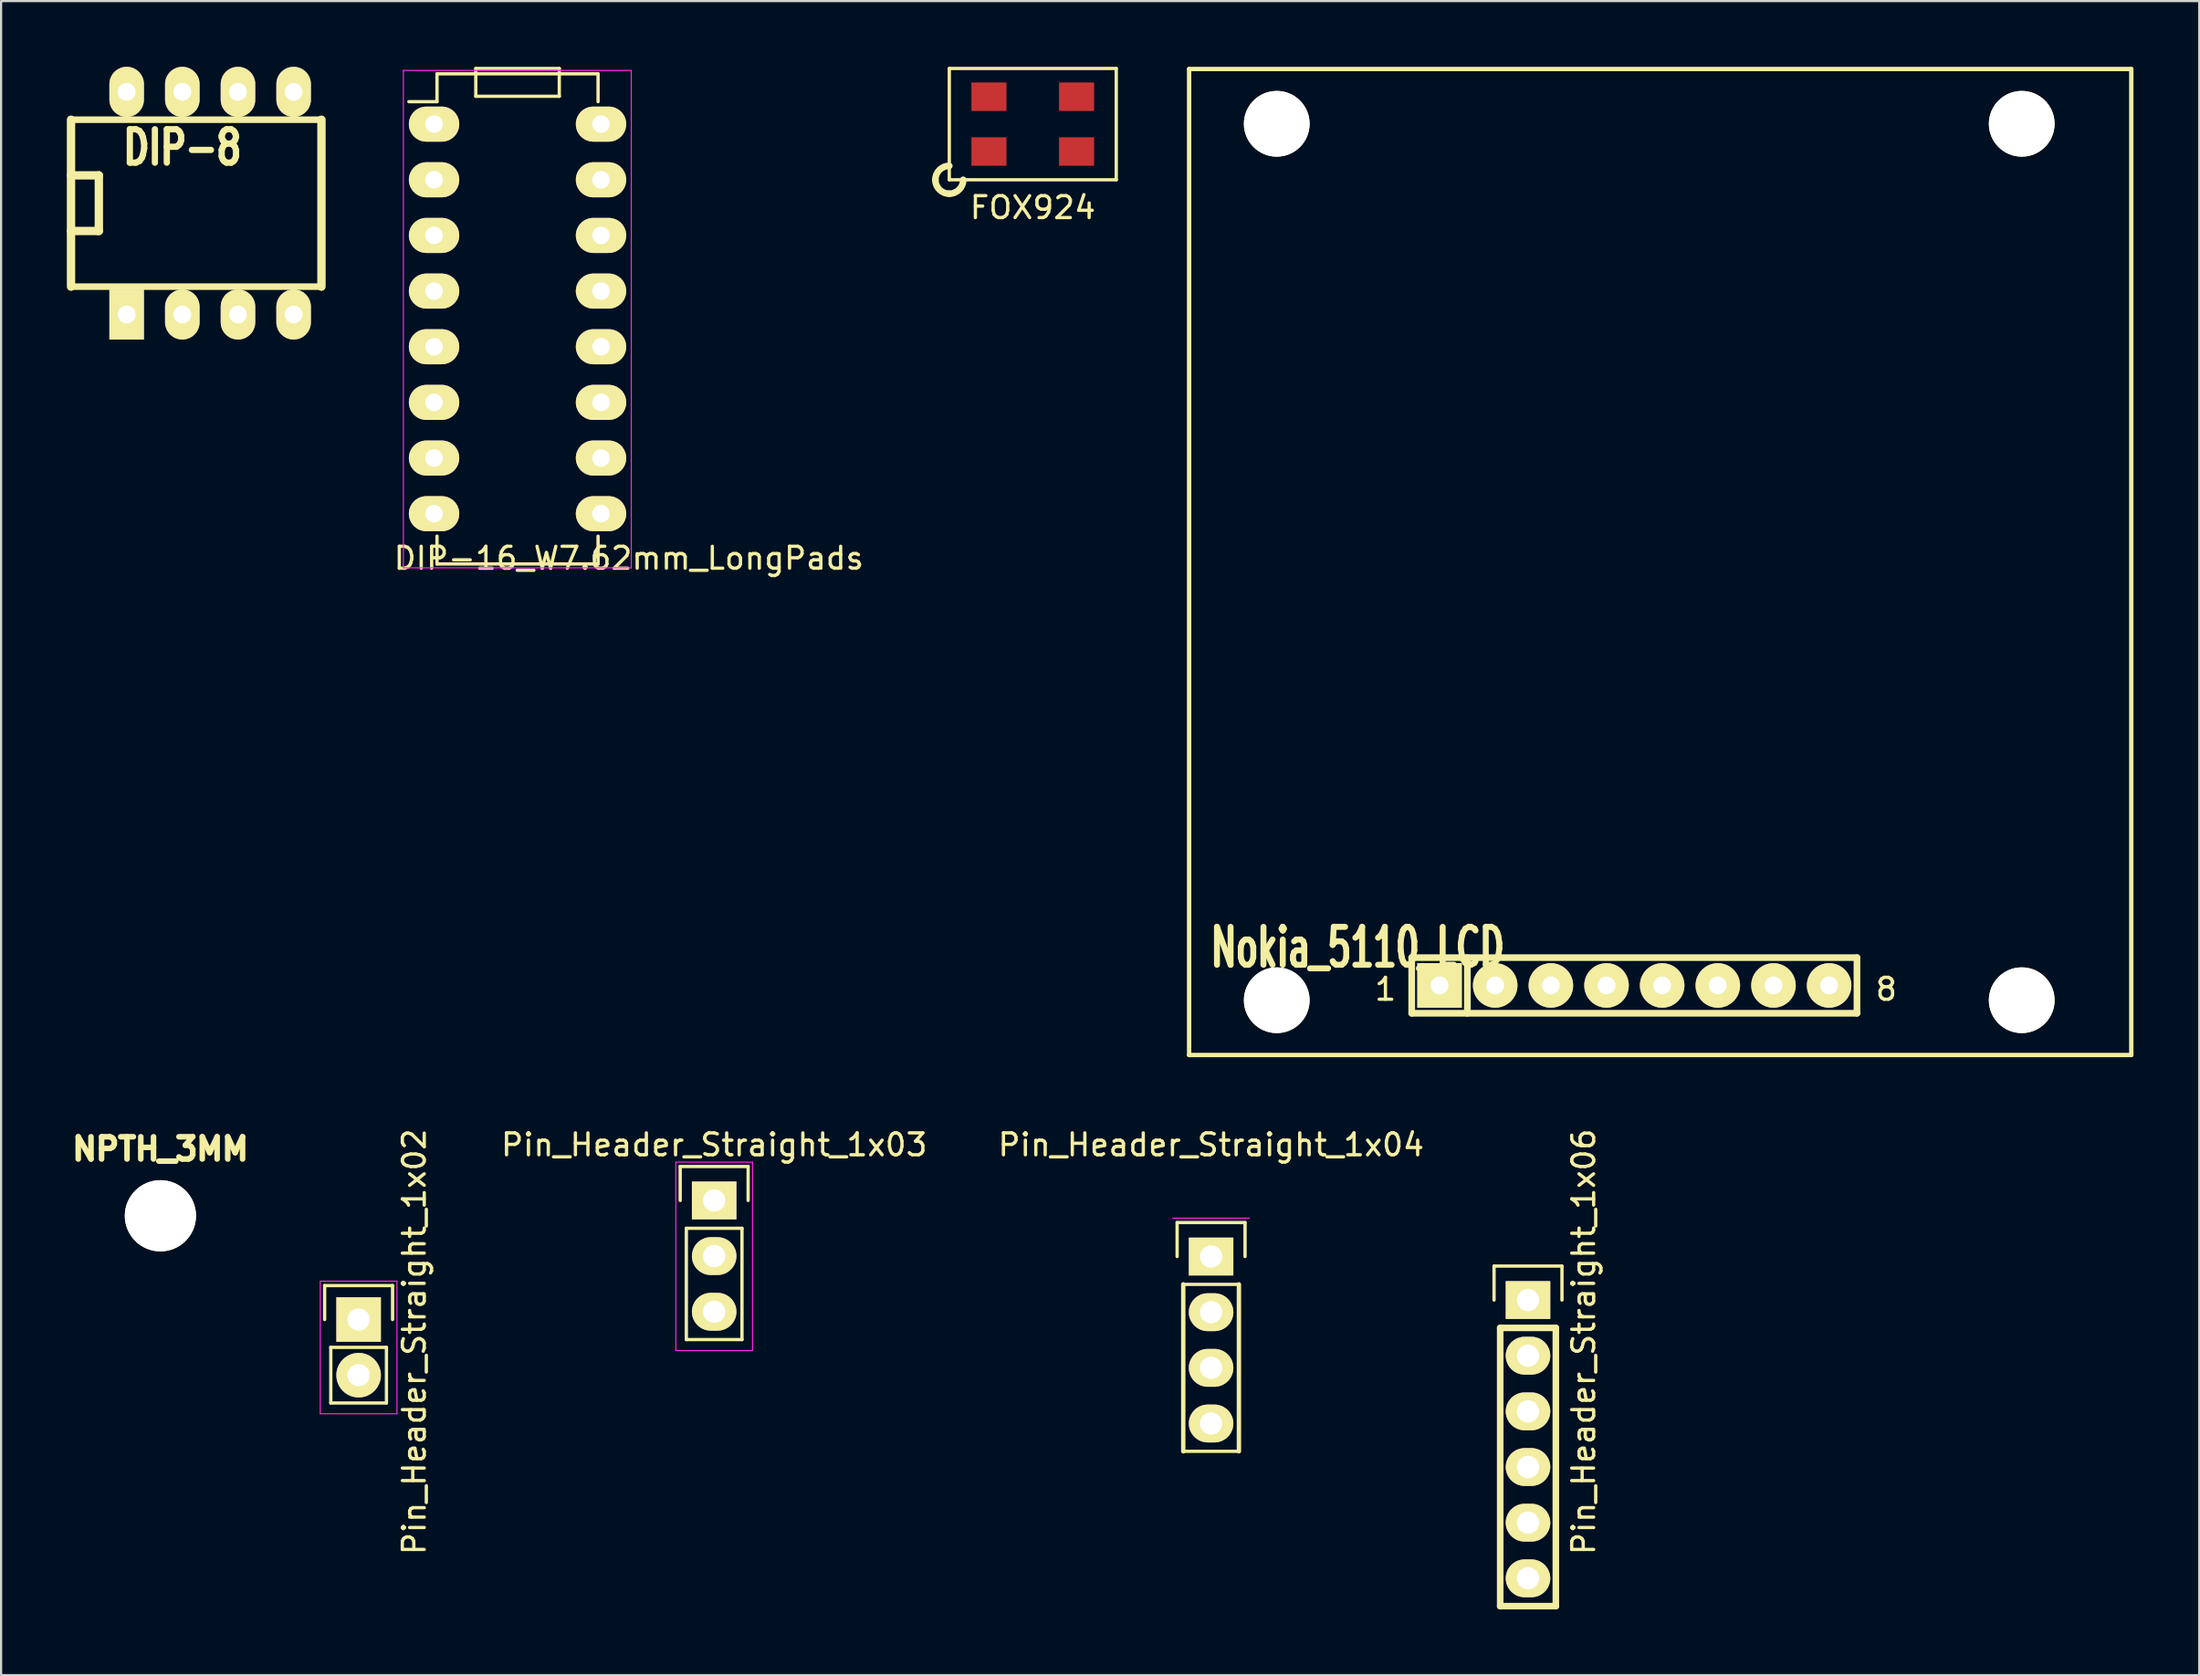
<source format=kicad_pcb>
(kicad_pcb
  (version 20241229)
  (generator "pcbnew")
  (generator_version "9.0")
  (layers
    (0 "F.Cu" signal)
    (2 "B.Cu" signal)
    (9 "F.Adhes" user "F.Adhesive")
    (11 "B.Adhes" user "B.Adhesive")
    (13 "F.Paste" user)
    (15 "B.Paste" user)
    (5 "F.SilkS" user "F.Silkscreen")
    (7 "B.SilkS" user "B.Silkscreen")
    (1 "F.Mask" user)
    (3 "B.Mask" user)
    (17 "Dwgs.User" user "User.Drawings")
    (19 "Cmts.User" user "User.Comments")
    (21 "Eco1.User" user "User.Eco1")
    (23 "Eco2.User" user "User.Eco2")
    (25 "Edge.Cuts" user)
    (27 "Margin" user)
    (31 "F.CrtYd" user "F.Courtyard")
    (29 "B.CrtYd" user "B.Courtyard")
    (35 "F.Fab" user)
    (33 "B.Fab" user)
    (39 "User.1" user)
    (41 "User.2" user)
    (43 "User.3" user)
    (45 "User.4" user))
  (footprint "FOX924"
    (layer "F.Cu")
    (at 44.085 2.615)
    (property "Reference" "FOX924" (at 0 3.81 0) (layer "F.SilkS") (effects (font (size 1 1) (thickness 0.15))))
    (attr through_hole)
    (fp_line (start -3.81 -2.54) (end -3.81 2.54) (stroke (width 0.15) (type solid)) (layer "F.SilkS"))
    (fp_line (start -3.81 2.54) (end 3.81 2.54) (stroke (width 0.15) (type solid)) (layer "F.SilkS"))
    (fp_line (start 3.81 -2.54) (end -3.81 -2.54) (stroke (width 0.15) (type solid)) (layer "F.SilkS"))
    (fp_line (start 3.81 2.54) (end 3.81 -2.54) (stroke (width 0.15) (type solid)) (layer "F.SilkS"))
    (fp_arc (start -4.445 2.54) (mid -4.259013 2.090987) (end -3.81 1.905) (stroke (width 0.3) (type solid)) (layer "F.SilkS"))
    (fp_arc (start -3.81 3.175) (mid -4.259013 2.989013) (end -4.445 2.54) (stroke (width 0.3) (type solid)) (layer "F.SilkS"))
    (fp_arc (start -3.175 2.54) (mid -3.360987 2.989013) (end -3.81 3.175) (stroke (width 0.3) (type solid)) (layer "F.SilkS"))
    (pad "1" smd rect (at -2 1.25) (size 1.6 1.3) (layers "F.Cu" "F.Mask" "F.Paste"))
    (pad "2" smd rect (at 2 1.25) (size 1.6 1.3) (layers "F.Cu" "F.Mask" "F.Paste"))
    (pad "3" smd rect (at 2 -1.25) (size 1.6 1.3) (layers "F.Cu" "F.Mask" "F.Paste"))
    (pad "4" smd rect (at -2 -1.25) (size 1.6 1.3) (layers "F.Cu" "F.Mask" "F.Paste")))
  (footprint "DIP-8"
    (layer "F.Cu")
    (at 10.351 4.953)
    (property "Reference" "DIP-8" (at -5.08 -1.27 0) (layer "F.SilkS") (effects (font (size 1.524 1.143) (thickness 0.287))))
    (attr through_hole)
    (fp_line (start -10.16 -2.54) (end -10.16 5.08) (stroke (width 0.381) (type solid)) (layer "F.SilkS"))
    (fp_line (start -10.16 -2.54) (end 1.27 -2.54) (stroke (width 0.3) (type solid)) (layer "F.SilkS"))
    (fp_line (start -10.16 0) (end -8.89 0) (stroke (width 0.381) (type solid)) (layer "F.SilkS"))
    (fp_line (start -10.16 5.08) (end 1.27 5.08) (stroke (width 0.3) (type solid)) (layer "F.SilkS"))
    (fp_line (start -8.89 0) (end -8.89 2.54) (stroke (width 0.381) (type solid)) (layer "F.SilkS"))
    (fp_line (start -8.89 2.54) (end -10.16 2.54) (stroke (width 0.381) (type solid)) (layer "F.SilkS"))
    (fp_line (start 1.27 -2.54) (end 1.27 5.08) (stroke (width 0.381) (type solid)) (layer "F.SilkS"))
    (pad "1" thru_hole rect (at -7.62 6.35) (size 1.575 2.286) (drill 0.813) (layers "*.Cu" "*.Mask" "F.SilkS"))
    (pad "2" thru_hole oval (at -5.08 6.35) (size 1.575 2.286) (drill 0.813) (layers "*.Cu" "*.Mask" "F.SilkS"))
    (pad "3" thru_hole oval (at -2.54 6.35) (size 1.575 2.286) (drill 0.813) (layers "*.Cu" "*.Mask" "F.SilkS"))
    (pad "4" thru_hole oval (at 0 6.35) (size 1.575 2.286) (drill 0.813) (layers "*.Cu" "*.Mask" "F.SilkS"))
    (pad "5" thru_hole oval (at 0 -3.81) (size 1.575 2.286) (drill 0.813) (layers "*.Cu" "*.Mask" "F.SilkS"))
    (pad "6" thru_hole oval (at -2.54 -3.81) (size 1.575 2.286) (drill 0.813) (layers "*.Cu" "*.Mask" "F.SilkS"))
    (pad "7" thru_hole oval (at -5.08 -3.81) (size 1.575 2.286) (drill 0.813) (layers "*.Cu" "*.Mask" "F.SilkS"))
    (pad "8" thru_hole oval (at -7.62 -3.81) (size 1.575 2.286) (drill 0.813) (layers "*.Cu" "*.Mask" "F.SilkS")))
  (footprint "Nokia_5110_LCD"
    (layer "F.Cu")
    (at 51.22 45.1)
    (property "Reference" "Nokia_5110_LCD" (at 7.69 -4.905 0) (layer "F.SilkS") (effects (font (size 1.73 1.087) (thickness 0.272))))
    (attr through_hole)
    (fp_line (start 0 -45) (end 43 -45) (stroke (width 0.2) (type solid)) (layer "F.SilkS"))
    (fp_line (start 0 0) (end 0 -45) (stroke (width 0.2) (type solid)) (layer "F.SilkS"))
    (fp_line (start 10.16 -4.445) (end 30.48 -4.445) (stroke (width 0.305) (type solid)) (layer "F.SilkS"))
    (fp_line (start 10.16 -1.905) (end 10.16 -4.445) (stroke (width 0.305) (type solid)) (layer "F.SilkS"))
    (fp_line (start 12.7 -1.905) (end 12.7 -4.445) (stroke (width 0.305) (type solid)) (layer "F.SilkS"))
    (fp_line (start 30.48 -4.445) (end 30.48 -1.905) (stroke (width 0.305) (type solid)) (layer "F.SilkS"))
    (fp_line (start 30.48 -1.905) (end 10.16 -1.905) (stroke (width 0.305) (type solid)) (layer "F.SilkS"))
    (fp_line (start 43 -45) (end 43 0) (stroke (width 0.2) (type solid)) (layer "F.SilkS"))
    (fp_line (start 43 0) (end 0 0) (stroke (width 0.2) (type solid)) (layer "F.SilkS"))
    (fp_text user "8" (at 31.82 -3 0) (layer "F.SilkS") (effects (font (size 1 1) (thickness 0.15))))
    (fp_text user "1" (at 8.96 -3 0) (layer "F.SilkS") (effects (font (size 1 1) (thickness 0.15))))
    (pad "" np_thru_hole circle (at 4 -42.5) (size 3 3) (drill 3) (layers "*.Cu" "*.Mask" "F.SilkS"))
    (pad "" np_thru_hole circle (at 4 -2.5) (size 3 3) (drill 3) (layers "*.Cu" "*.Mask" "F.SilkS"))
    (pad "" np_thru_hole circle (at 38 -42.5) (size 3 3) (drill 3) (layers "*.Cu" "*.Mask" "F.SilkS"))
    (pad "" np_thru_hole circle (at 38 -2.5) (size 3 3) (drill 3) (layers "*.Cu" "*.Mask" "F.SilkS"))
    (pad "1" thru_hole rect (at 11.43 -3.175) (size 2.032 2.032) (drill 0.813) (layers "*.Cu" "*.Mask" "F.SilkS"))
    (pad "2" thru_hole circle (at 13.97 -3.175) (size 2.032 2.032) (drill 0.813) (layers "*.Cu" "*.Mask" "F.SilkS"))
    (pad "3" thru_hole circle (at 16.51 -3.175) (size 2.032 2.032) (drill 0.813) (layers "*.Cu" "*.Mask" "F.SilkS"))
    (pad "4" thru_hole circle (at 19.05 -3.175) (size 2.032 2.032) (drill 0.813) (layers "*.Cu" "*.Mask" "F.SilkS"))
    (pad "5" thru_hole circle (at 21.59 -3.175) (size 2.032 2.032) (drill 0.813) (layers "*.Cu" "*.Mask" "F.SilkS"))
    (pad "6" thru_hole circle (at 24.13 -3.175) (size 2.032 2.032) (drill 0.813) (layers "*.Cu" "*.Mask" "F.SilkS"))
    (pad "7" thru_hole circle (at 26.67 -3.175) (size 2.032 2.032) (drill 0.813) (layers "*.Cu" "*.Mask" "F.SilkS"))
    (pad "8" thru_hole circle (at 29.21 -3.175) (size 2.032 2.032) (drill 0.813) (layers "*.Cu" "*.Mask" "F.SilkS")))
  (footprint "DIP-16_W7.62mm_LongPads"
    (layer "F.Cu")
    (at 16.76 2.615)
    (property "Reference" "DIP-16_W7.62mm_LongPads" (at 8.89 19.812 0) (layer "F.SilkS") (effects (font (size 1 1) (thickness 0.15))))
    (attr through_hole)
    (fp_line (start 0.135 -2.295) (end 0.135 -1.025) (stroke (width 0.15) (type solid)) (layer "F.SilkS"))
    (fp_line (start 0.135 -2.295) (end 7.485 -2.295) (stroke (width 0.15) (type solid)) (layer "F.SilkS"))
    (fp_line (start 0.135 -1.025) (end -1.15 -1.025) (stroke (width 0.15) (type solid)) (layer "F.SilkS"))
    (fp_line (start 0.135 20.075) (end 0.135 18.805) (stroke (width 0.15) (type solid)) (layer "F.SilkS"))
    (fp_line (start 0.135 20.075) (end 7.485 20.075) (stroke (width 0.15) (type solid)) (layer "F.SilkS"))
    (fp_line (start 1.905 -2.54) (end 5.715 -2.54) (stroke (width 0.15) (type solid)) (layer "F.SilkS"))
    (fp_line (start 1.905 -1.27) (end 1.905 -2.54) (stroke (width 0.15) (type solid)) (layer "F.SilkS"))
    (fp_line (start 5.715 -2.54) (end 5.715 -1.27) (stroke (width 0.15) (type solid)) (layer "F.SilkS"))
    (fp_line (start 5.715 -1.27) (end 1.905 -1.27) (stroke (width 0.15) (type solid)) (layer "F.SilkS"))
    (fp_line (start 7.485 -2.295) (end 7.485 -1.025) (stroke (width 0.15) (type solid)) (layer "F.SilkS"))
    (fp_line (start 7.485 20.075) (end 7.485 18.805) (stroke (width 0.15) (type solid)) (layer "F.SilkS"))
    (fp_line (start -1.4 -2.45) (end -1.4 20.25) (stroke (width 0.05) (type solid)) (layer "F.CrtYd"))
    (fp_line (start -1.4 -2.45) (end 9 -2.45) (stroke (width 0.05) (type solid)) (layer "F.CrtYd"))
    (fp_line (start -1.4 20.25) (end 9 20.25) (stroke (width 0.05) (type solid)) (layer "F.CrtYd"))
    (fp_line (start 9 -2.45) (end 9 20.25) (stroke (width 0.05) (type solid)) (layer "F.CrtYd"))
    (pad "1" thru_hole oval (at 0 0) (size 2.3 1.6) (drill 0.8) (layers "*.Cu" "*.Mask" "F.SilkS"))
    (pad "2" thru_hole oval (at 0 2.54) (size 2.3 1.6) (drill 0.8) (layers "*.Cu" "*.Mask" "F.SilkS"))
    (pad "3" thru_hole oval (at 0 5.08) (size 2.3 1.6) (drill 0.8) (layers "*.Cu" "*.Mask" "F.SilkS"))
    (pad "4" thru_hole oval (at 0 7.62) (size 2.3 1.6) (drill 0.8) (layers "*.Cu" "*.Mask" "F.SilkS"))
    (pad "5" thru_hole oval (at 0 10.16) (size 2.3 1.6) (drill 0.8) (layers "*.Cu" "*.Mask" "F.SilkS"))
    (pad "6" thru_hole oval (at 0 12.7) (size 2.3 1.6) (drill 0.8) (layers "*.Cu" "*.Mask" "F.SilkS"))
    (pad "7" thru_hole oval (at 0 15.24) (size 2.3 1.6) (drill 0.8) (layers "*.Cu" "*.Mask" "F.SilkS"))
    (pad "8" thru_hole oval (at 0 17.78) (size 2.3 1.6) (drill 0.8) (layers "*.Cu" "*.Mask" "F.SilkS"))
    (pad "9" thru_hole oval (at 7.62 17.78) (size 2.3 1.6) (drill 0.8) (layers "*.Cu" "*.Mask" "F.SilkS"))
    (pad "10" thru_hole oval (at 7.62 15.24) (size 2.3 1.6) (drill 0.8) (layers "*.Cu" "*.Mask" "F.SilkS"))
    (pad "11" thru_hole oval (at 7.62 12.7) (size 2.3 1.6) (drill 0.8) (layers "*.Cu" "*.Mask" "F.SilkS"))
    (pad "12" thru_hole oval (at 7.62 10.16) (size 2.3 1.6) (drill 0.8) (layers "*.Cu" "*.Mask" "F.SilkS"))
    (pad "13" thru_hole oval (at 7.62 7.62) (size 2.3 1.6) (drill 0.8) (layers "*.Cu" "*.Mask" "F.SilkS"))
    (pad "14" thru_hole oval (at 7.62 5.08) (size 2.3 1.6) (drill 0.8) (layers "*.Cu" "*.Mask" "F.SilkS"))
    (pad "15" thru_hole oval (at 7.62 2.54) (size 2.3 1.6) (drill 0.8) (layers "*.Cu" "*.Mask" "F.SilkS"))
    (pad "16" thru_hole oval (at 7.62 0) (size 2.3 1.6) (drill 0.8) (layers "*.Cu" "*.Mask" "F.SilkS")))
  (footprint "Pin_Header_Straight_1x03"
    (layer "F.Cu")
    (at 29.544 51.738)
    (property "Reference" "Pin_Header_Straight_1x03" (at 0 -2.54 0) (layer "F.SilkS") (effects (font (size 1 1) (thickness 0.15))))
    (attr through_hole)
    (fp_line (start -1.55 -1.55) (end 1.55 -1.55) (stroke (width 0.15) (type solid)) (layer "F.SilkS"))
    (fp_line (start -1.55 0) (end -1.55 -1.55) (stroke (width 0.15) (type solid)) (layer "F.SilkS"))
    (fp_line (start -1.27 1.27) (end -1.27 6.35) (stroke (width 0.15) (type solid)) (layer "F.SilkS"))
    (fp_line (start -1.27 6.35) (end 1.27 6.35) (stroke (width 0.15) (type solid)) (layer "F.SilkS"))
    (fp_line (start 1.27 1.27) (end -1.27 1.27) (stroke (width 0.15) (type solid)) (layer "F.SilkS"))
    (fp_line (start 1.27 6.35) (end 1.27 1.27) (stroke (width 0.15) (type solid)) (layer "F.SilkS"))
    (fp_line (start 1.55 -1.55) (end 1.55 0) (stroke (width 0.15) (type solid)) (layer "F.SilkS"))
    (fp_line (start -1.75 -1.75) (end -1.75 6.85) (stroke (width 0.05) (type solid)) (layer "F.CrtYd"))
    (fp_line (start -1.75 -1.75) (end 1.75 -1.75) (stroke (width 0.05) (type solid)) (layer "F.CrtYd"))
    (fp_line (start -1.75 6.85) (end 1.75 6.85) (stroke (width 0.05) (type solid)) (layer "F.CrtYd"))
    (fp_line (start 1.75 -1.75) (end 1.75 6.85) (stroke (width 0.05) (type solid)) (layer "F.CrtYd"))
    (pad "1" thru_hole rect (at 0 0) (size 2.032 1.727) (drill 1.016) (layers "*.Cu" "*.Mask" "F.SilkS"))
    (pad "2" thru_hole oval (at 0 2.54) (size 2.032 1.727) (drill 1.016) (layers "*.Cu" "*.Mask" "F.SilkS"))
    (pad "3" thru_hole oval (at 0 5.08) (size 2.032 1.727) (drill 1.016) (layers "*.Cu" "*.Mask" "F.SilkS")))
  (footprint "NPTH_3MM"
    (layer "F.Cu")
    (at 4.271 52.438)
    (property "Reference" "NPTH_3MM" (at 0 -3.048 0) (layer "F.SilkS") (effects (font (size 1.016 1.016) (thickness 0.254))))
    (attr through_hole)
    (pad "" np_thru_hole circle (at 0 0) (size 3.25 3.25) (drill 3.25) (layers "*.Cu" "*.Mask" "F.SilkS")))
  (footprint "Pin_Header_Straight_1x06"
    (layer "F.Cu")
    (at 66.687 56.284)
    (property "Reference" "Pin_Header_Straight_1x06" (at 2.54 1.905 90) (layer "F.SilkS") (effects (font (size 1 1) (thickness 0.15))))
    (attr through_hole)
    (fp_line (start -1.55 -1.55) (end 1.55 -1.55) (stroke (width 0.15) (type solid)) (layer "F.SilkS"))
    (fp_line (start -1.55 0) (end -1.55 -1.55) (stroke (width 0.15) (type solid)) (layer "F.SilkS"))
    (fp_line (start -1.27 1.27) (end -1.27 13.97) (stroke (width 0.3) (type solid)) (layer "F.SilkS"))
    (fp_line (start -1.27 13.97) (end 1.27 13.97) (stroke (width 0.3) (type solid)) (layer "F.SilkS"))
    (fp_line (start 1.27 1.27) (end -1.27 1.27) (stroke (width 0.15) (type solid)) (layer "F.SilkS"))
    (fp_line (start 1.27 1.27) (end -1.27 1.27) (stroke (width 0.3) (type solid)) (layer "F.SilkS"))
    (fp_line (start 1.27 13.97) (end -1.27 13.97) (stroke (width 0.15) (type solid)) (layer "F.SilkS"))
    (fp_line (start 1.27 13.97) (end 1.27 1.27) (stroke (width 0.3) (type solid)) (layer "F.SilkS"))
    (fp_line (start 1.55 -1.55) (end 1.55 0) (stroke (width 0.15) (type solid)) (layer "F.SilkS"))
    (pad "1" thru_hole rect (at 0 0) (size 2.032 1.727) (drill 1.016) (layers "*.Cu" "*.Mask" "F.SilkS"))
    (pad "2" thru_hole oval (at 0 2.54) (size 2.032 1.727) (drill 1.016) (layers "*.Cu" "*.Mask" "F.SilkS"))
    (pad "3" thru_hole oval (at 0 5.08) (size 2.032 1.727) (drill 1.016) (layers "*.Cu" "*.Mask" "F.SilkS"))
    (pad "4" thru_hole oval (at 0 7.62) (size 2.032 1.727) (drill 1.016) (layers "*.Cu" "*.Mask" "F.SilkS"))
    (pad "5" thru_hole oval (at 0 10.16) (size 2.032 1.727) (drill 1.016) (layers "*.Cu" "*.Mask" "F.SilkS"))
    (pad "6" thru_hole oval (at 0 12.7) (size 2.032 1.727) (drill 1.016) (layers "*.Cu" "*.Mask" "F.SilkS")))
  (footprint "Pin_Header_Straight_1x04"
    (layer "F.Cu")
    (at 52.223 54.298)
    (property "Reference" "Pin_Header_Straight_1x04" (at 0 -5.1 0) (layer "F.SilkS") (effects (font (size 1 1) (thickness 0.15))))
    (attr through_hole)
    (fp_line (start -1.55 -1.55) (end 1.55 -1.55) (stroke (width 0.15) (type solid)) (layer "F.SilkS"))
    (fp_line (start -1.55 0) (end -1.55 -1.55) (stroke (width 0.15) (type solid)) (layer "F.SilkS"))
    (fp_line (start -1.27 1.27) (end -1.27 8.89) (stroke (width 0.2) (type solid)) (layer "F.SilkS"))
    (fp_line (start 1.27 1.27) (end -1.27 1.27) (stroke (width 0.15) (type solid)) (layer "F.SilkS"))
    (fp_line (start 1.27 1.27) (end 1.27 8.89) (stroke (width 0.2) (type solid)) (layer "F.SilkS"))
    (fp_line (start 1.27 8.89) (end -1.27 8.89) (stroke (width 0.15) (type solid)) (layer "F.SilkS"))
    (fp_line (start 1.55 -1.55) (end 1.55 0) (stroke (width 0.15) (type solid)) (layer "F.SilkS"))
    (fp_line (start -1.75 -1.75) (end 1.75 -1.75) (stroke (width 0.05) (type solid)) (layer "F.CrtYd"))
    (pad "1" thru_hole rect (at 0 0) (size 2.032 1.727) (drill 1.016) (layers "*.Cu" "*.Mask" "F.SilkS"))
    (pad "2" thru_hole oval (at 0 2.54) (size 2.032 1.727) (drill 1.016) (layers "*.Cu" "*.Mask" "F.SilkS"))
    (pad "3" thru_hole oval (at 0 5.08) (size 2.032 1.727) (drill 1.016) (layers "*.Cu" "*.Mask" "F.SilkS"))
    (pad "4" thru_hole oval (at 0 7.62) (size 2.032 1.727) (drill 1.016) (layers "*.Cu" "*.Mask" "F.SilkS")))
  (footprint "Pin_Header_Straight_1x02"
    (layer "F.Cu")
    (at 13.317 57.173)
    (property "Reference" "Pin_Header_Straight_1x02" (at 2.54 1.016 90) (layer "F.SilkS") (effects (font (size 1 1) (thickness 0.15))))
    (attr through_hole)
    (fp_line (start -1.55 -1.55) (end 1.55 -1.55) (stroke (width 0.15) (type solid)) (layer "F.SilkS"))
    (fp_line (start -1.55 0) (end -1.55 -1.55) (stroke (width 0.15) (type solid)) (layer "F.SilkS"))
    (fp_line (start -1.27 1.27) (end -1.27 3.81) (stroke (width 0.15) (type solid)) (layer "F.SilkS"))
    (fp_line (start -1.27 3.81) (end 1.27 3.81) (stroke (width 0.15) (type solid)) (layer "F.SilkS"))
    (fp_line (start 1.27 1.27) (end -1.27 1.27) (stroke (width 0.15) (type solid)) (layer "F.SilkS"))
    (fp_line (start 1.27 1.27) (end 1.27 3.81) (stroke (width 0.15) (type solid)) (layer "F.SilkS"))
    (fp_line (start 1.55 -1.55) (end 1.55 0) (stroke (width 0.15) (type solid)) (layer "F.SilkS"))
    (fp_line (start -1.75 -1.75) (end -1.75 4.3) (stroke (width 0.05) (type solid)) (layer "F.CrtYd"))
    (fp_line (start -1.75 -1.75) (end 1.75 -1.75) (stroke (width 0.05) (type solid)) (layer "F.CrtYd"))
    (fp_line (start -1.75 4.3) (end 1.75 4.3) (stroke (width 0.05) (type solid)) (layer "F.CrtYd"))
    (fp_line (start 1.75 -1.75) (end 1.75 4.3) (stroke (width 0.05) (type solid)) (layer "F.CrtYd"))
    (pad "1" thru_hole rect (at 0 0) (size 2.032 2.032) (drill 1.016) (layers "*.Cu" "*.Mask" "F.SilkS"))
    (pad "2" thru_hole oval (at 0 2.54) (size 2.032 2.032) (drill 1.016) (layers "*.Cu" "*.Mask" "F.SilkS")))
  (gr_rect
    (start -3 -3)
    (end 97.32 73.404)
    (stroke (width 0.1) (type default))
    (fill no)
    (layer "Edge.Cuts")))
</source>
